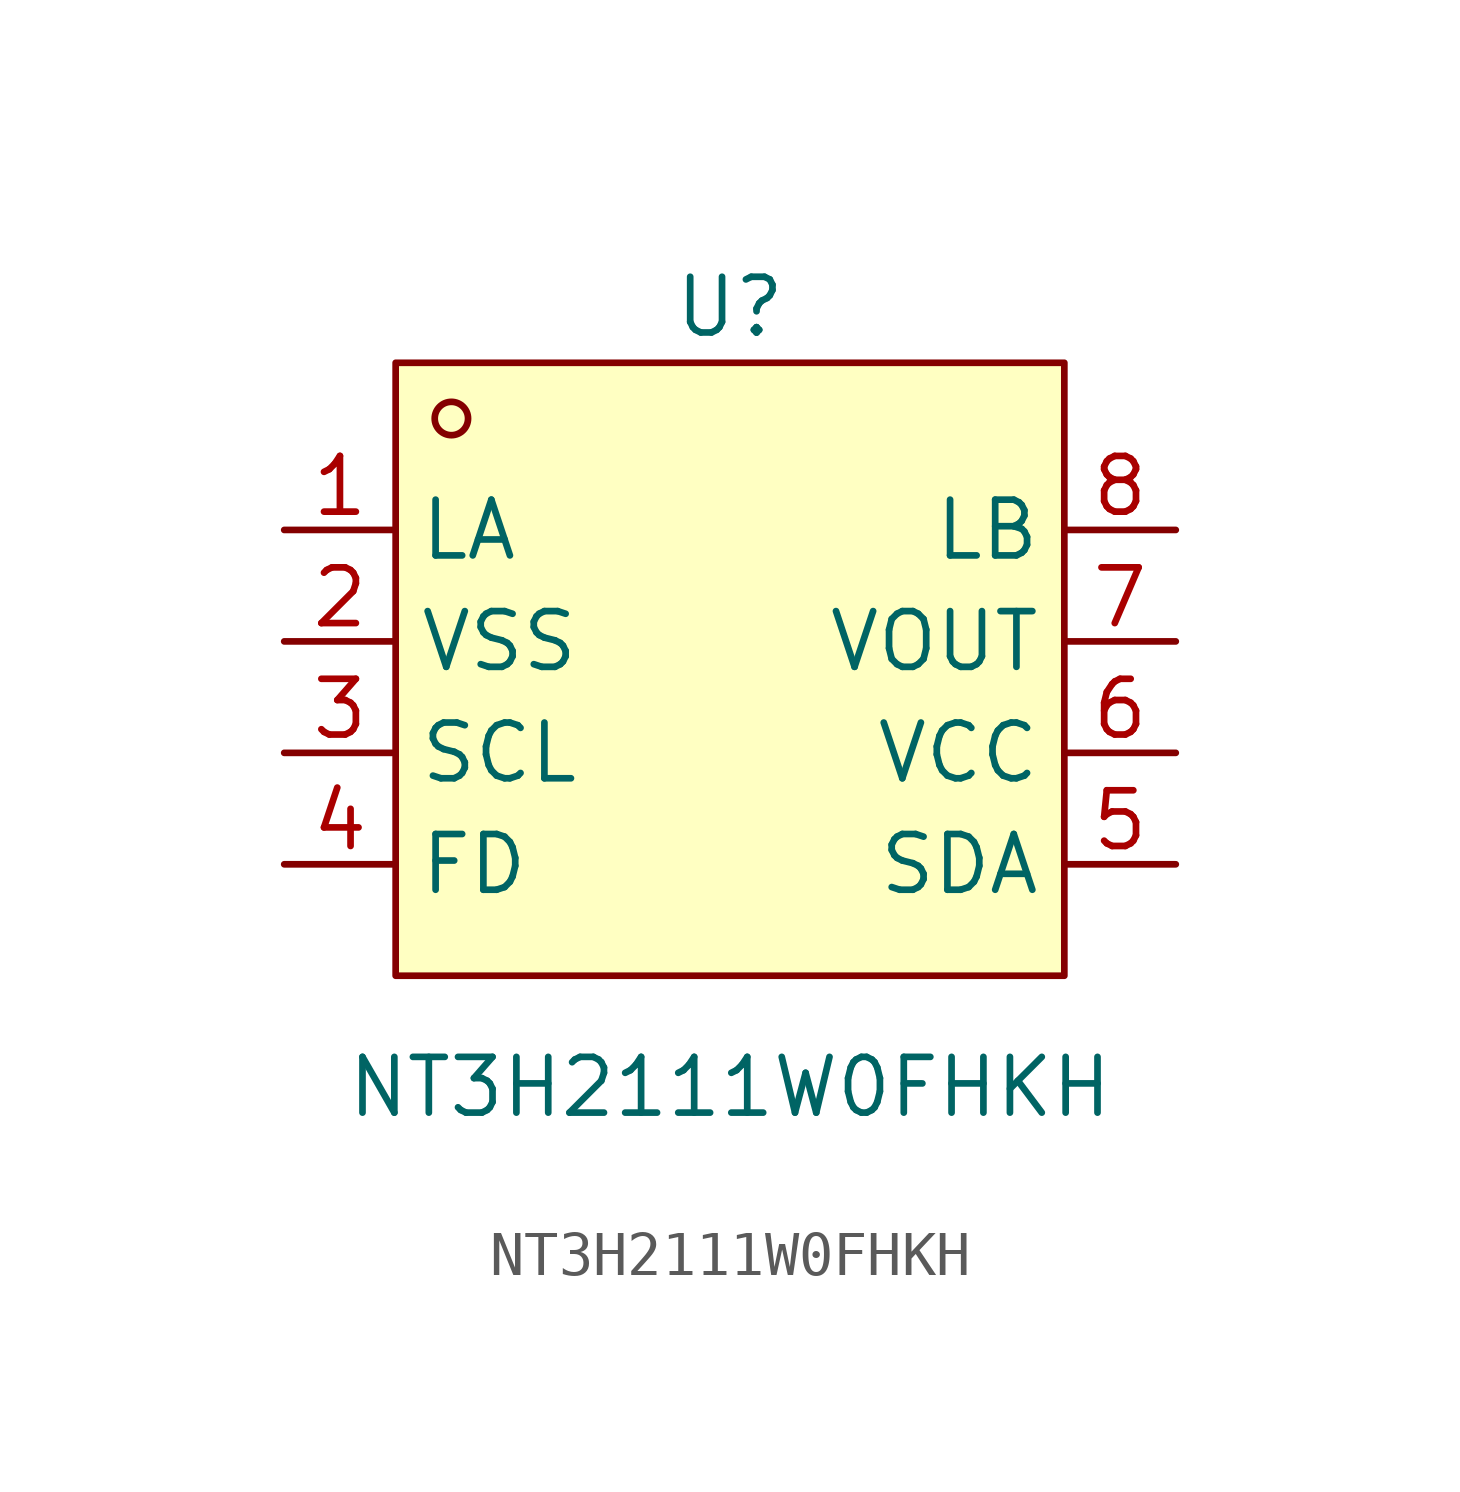
<source format=kicad_sym>
(kicad_symbol_lib
  (version 20241209)
  (generator "kicad_symbol_editor")
  (generator_version "9.0")
  (symbol "NT3H2111W0FHKH"
    (property "Reference" "U"
      (at 0 8.89 0)
      (effects (font (size 1.27 1.27))))
    (property "Value" "NT3H2111W0FHKH"
      (at 0 -8.89 0)
      (effects (font (size 1.27 1.27))))
    (symbol "NT3H2111W0FHKH_0_1"
      (rectangle (start -7.62 7.62) (end 7.62 -6.35) (stroke (width 0) (type default)) (fill (type background)))
      (circle (center -6.35 6.35) (radius 0.38) (stroke (width 0) (type default)) (fill (type none)))
      (pin unspecified line (at -10.16 3.81 0) (length 2.54) (name "LA" (effects (font (size 1.27 1.27)))) (number "1" (effects (font (size 1.27 1.27)))))
      (pin unspecified line (at -10.16 1.27 0) (length 2.54) (name "VSS" (effects (font (size 1.27 1.27)))) (number "2" (effects (font (size 1.27 1.27)))))
      (pin unspecified line (at -10.16 -1.27 0) (length 2.54) (name "SCL" (effects (font (size 1.27 1.27)))) (number "3" (effects (font (size 1.27 1.27)))))
      (pin unspecified line (at -10.16 -3.81 0) (length 2.54) (name "FD" (effects (font (size 1.27 1.27)))) (number "4" (effects (font (size 1.27 1.27)))))
      (pin unspecified line (at 10.16 3.81 180) (length 2.54) (name "LB" (effects (font (size 1.27 1.27)))) (number "8" (effects (font (size 1.27 1.27)))))
      (pin unspecified line (at 10.16 1.27 180) (length 2.54) (name "VOUT" (effects (font (size 1.27 1.27)))) (number "7" (effects (font (size 1.27 1.27)))))
      (pin unspecified line (at 10.16 -1.27 180) (length 2.54) (name "VCC" (effects (font (size 1.27 1.27)))) (number "6" (effects (font (size 1.27 1.27)))))
      (pin unspecified line (at 10.16 -3.81 180) (length 2.54) (name "SDA" (effects (font (size 1.27 1.27)))) (number "5" (effects (font (size 1.27 1.27))))))))
</source>
